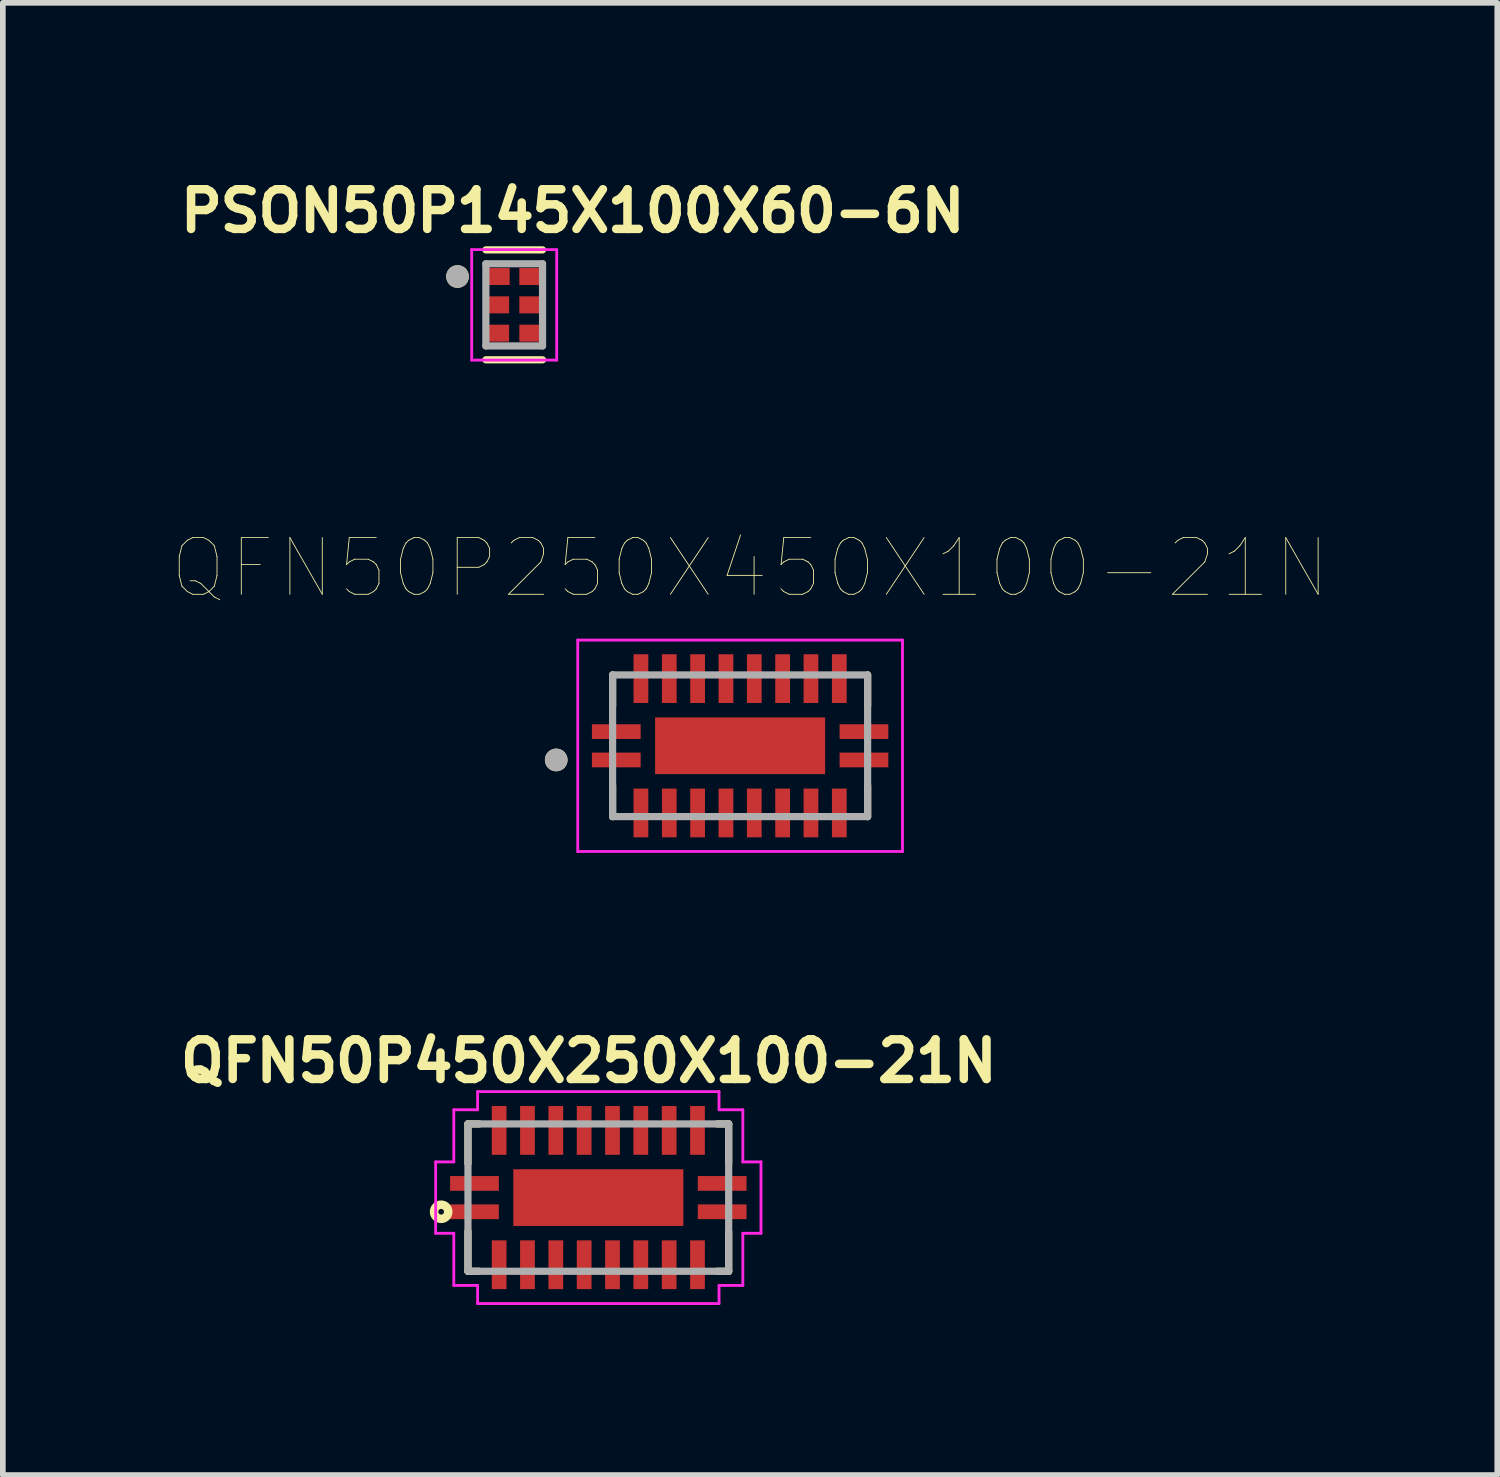
<source format=kicad_pcb>
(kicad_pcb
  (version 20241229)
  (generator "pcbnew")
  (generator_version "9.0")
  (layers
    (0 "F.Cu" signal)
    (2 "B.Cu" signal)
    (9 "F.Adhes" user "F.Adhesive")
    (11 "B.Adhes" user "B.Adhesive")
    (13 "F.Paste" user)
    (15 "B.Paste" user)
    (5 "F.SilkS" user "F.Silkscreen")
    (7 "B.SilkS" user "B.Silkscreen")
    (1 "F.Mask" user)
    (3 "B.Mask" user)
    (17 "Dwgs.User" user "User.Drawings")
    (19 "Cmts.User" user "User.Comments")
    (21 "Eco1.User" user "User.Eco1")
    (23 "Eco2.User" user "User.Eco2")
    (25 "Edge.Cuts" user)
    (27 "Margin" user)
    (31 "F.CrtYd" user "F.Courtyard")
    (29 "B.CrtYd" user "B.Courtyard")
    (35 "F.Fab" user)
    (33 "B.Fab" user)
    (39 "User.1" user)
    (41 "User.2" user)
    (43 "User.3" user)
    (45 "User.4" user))
  (footprint "QFN50P450X250X100-21N"
    (layer "F.Cu")
    (at 7.507 18.081)
    (property "Reference" "QFN50P450X250X100-21N" (at -0.168 -2.409 0) (layer "F.SilkS") (effects (font (size 0.7 0.7) (thickness 0.15))))
    (attr through_hole)
    (fp_line (start -2.3 -1.3) (end -2.3 -0.6) (stroke (width 0.127) (type solid)) (layer "F.SilkS"))
    (fp_line (start -2.3 0.6) (end -2.3 1.3) (stroke (width 0.127) (type solid)) (layer "F.SilkS"))
    (fp_line (start -2.3 1.3) (end -2.1 1.3) (stroke (width 0.127) (type solid)) (layer "F.SilkS"))
    (fp_line (start -2.1 -1.3) (end -2.3 -1.3) (stroke (width 0.127) (type solid)) (layer "F.SilkS"))
    (fp_line (start 2.1 1.3) (end 2.3 1.3) (stroke (width 0.127) (type solid)) (layer "F.SilkS"))
    (fp_line (start 2.3 -1.3) (end 2.1 -1.3) (stroke (width 0.127) (type solid)) (layer "F.SilkS"))
    (fp_line (start 2.3 -0.6) (end 2.3 -1.3) (stroke (width 0.127) (type solid)) (layer "F.SilkS"))
    (fp_line (start 2.3 1.3) (end 2.3 0.6) (stroke (width 0.127) (type solid)) (layer "F.SilkS"))
    (fp_circle (center -2.773 0.25) (end -2.723 0.25) (stroke (width 0.15) (type solid)) (fill no) (layer "F.SilkS"))
    (fp_poly (pts (xy -1.36 -0.29) (xy -0.07 -0.29) (xy -0.07 0.29) (xy -1.36 0.29)) (stroke (width 0.01) (type solid)) (fill yes) (layer "F.Paste"))
    (fp_poly (pts (xy 0.07 -0.29) (xy 1.36 -0.29) (xy 1.36 0.29) (xy 0.07 0.29)) (stroke (width 0.01) (type solid)) (fill yes) (layer "F.Paste"))
    (fp_line (start -2.87 -0.63) (end -2.87 0.63) (stroke (width 0.05) (type solid)) (layer "F.CrtYd"))
    (fp_line (start -2.87 0.63) (end -2.55 0.63) (stroke (width 0.05) (type solid)) (layer "F.CrtYd"))
    (fp_line (start -2.55 -1.55) (end -2.55 -0.63) (stroke (width 0.05) (type solid)) (layer "F.CrtYd"))
    (fp_line (start -2.55 -0.63) (end -2.87 -0.63) (stroke (width 0.05) (type solid)) (layer "F.CrtYd"))
    (fp_line (start -2.55 0.63) (end -2.55 1.55) (stroke (width 0.05) (type solid)) (layer "F.CrtYd"))
    (fp_line (start -2.55 1.55) (end -2.13 1.55) (stroke (width 0.05) (type solid)) (layer "F.CrtYd"))
    (fp_line (start -2.13 -1.87) (end -2.13 -1.55) (stroke (width 0.05) (type solid)) (layer "F.CrtYd"))
    (fp_line (start -2.13 -1.55) (end -2.55 -1.55) (stroke (width 0.05) (type solid)) (layer "F.CrtYd"))
    (fp_line (start -2.13 1.55) (end -2.13 1.87) (stroke (width 0.05) (type solid)) (layer "F.CrtYd"))
    (fp_line (start -2.13 1.87) (end 2.13 1.87) (stroke (width 0.05) (type solid)) (layer "F.CrtYd"))
    (fp_line (start 2.13 -1.87) (end -2.13 -1.87) (stroke (width 0.05) (type solid)) (layer "F.CrtYd"))
    (fp_line (start 2.13 -1.55) (end 2.13 -1.87) (stroke (width 0.05) (type solid)) (layer "F.CrtYd"))
    (fp_line (start 2.13 1.55) (end 2.55 1.55) (stroke (width 0.05) (type solid)) (layer "F.CrtYd"))
    (fp_line (start 2.13 1.87) (end 2.13 1.55) (stroke (width 0.05) (type solid)) (layer "F.CrtYd"))
    (fp_line (start 2.55 -1.55) (end 2.13 -1.55) (stroke (width 0.05) (type solid)) (layer "F.CrtYd"))
    (fp_line (start 2.55 -0.63) (end 2.55 -1.55) (stroke (width 0.05) (type solid)) (layer "F.CrtYd"))
    (fp_line (start 2.55 0.63) (end 2.87 0.63) (stroke (width 0.05) (type solid)) (layer "F.CrtYd"))
    (fp_line (start 2.55 1.55) (end 2.55 0.63) (stroke (width 0.05) (type solid)) (layer "F.CrtYd"))
    (fp_line (start 2.87 -0.63) (end 2.55 -0.63) (stroke (width 0.05) (type solid)) (layer "F.CrtYd"))
    (fp_line (start 2.87 0.63) (end 2.87 -0.63) (stroke (width 0.05) (type solid)) (layer "F.CrtYd"))
    (fp_line (start -2.3 -1.3) (end 2.3 -1.3) (stroke (width 0.127) (type solid)) (layer "F.Fab"))
    (fp_line (start -2.3 1.3) (end -2.3 -1.3) (stroke (width 0.127) (type solid)) (layer "F.Fab"))
    (fp_line (start 2.3 -1.3) (end 2.3 1.3) (stroke (width 0.127) (type solid)) (layer "F.Fab"))
    (fp_line (start 2.3 1.3) (end -2.3 1.3) (stroke (width 0.127) (type solid)) (layer "F.Fab"))
    (pad "1" smd rect (at -2.185 0.25) (size 0.86 0.26) (layers "F.Cu" "F.Mask" "F.Paste"))
    (pad "2" smd rect (at -1.75 1.185) (size 0.26 0.86) (layers "F.Cu" "F.Mask" "F.Paste"))
    (pad "3" smd rect (at -1.25 1.185) (size 0.26 0.86) (layers "F.Cu" "F.Mask" "F.Paste"))
    (pad "4" smd rect (at -0.75 1.185) (size 0.26 0.86) (layers "F.Cu" "F.Mask" "F.Paste"))
    (pad "5" smd rect (at -0.25 1.185) (size 0.26 0.86) (layers "F.Cu" "F.Mask" "F.Paste"))
    (pad "6" smd rect (at 0.25 1.185) (size 0.26 0.86) (layers "F.Cu" "F.Mask" "F.Paste"))
    (pad "7" smd rect (at 0.75 1.185) (size 0.26 0.86) (layers "F.Cu" "F.Mask" "F.Paste"))
    (pad "8" smd rect (at 1.25 1.185) (size 0.26 0.86) (layers "F.Cu" "F.Mask" "F.Paste"))
    (pad "9" smd rect (at 1.75 1.185) (size 0.26 0.86) (layers "F.Cu" "F.Mask" "F.Paste"))
    (pad "10" smd rect (at 2.185 0.25) (size 0.86 0.26) (layers "F.Cu" "F.Mask" "F.Paste"))
    (pad "11" smd rect (at 2.185 -0.25) (size 0.86 0.26) (layers "F.Cu" "F.Mask" "F.Paste"))
    (pad "12" smd rect (at 1.75 -1.185) (size 0.26 0.86) (layers "F.Cu" "F.Mask" "F.Paste"))
    (pad "13" smd rect (at 1.25 -1.185) (size 0.26 0.86) (layers "F.Cu" "F.Mask" "F.Paste"))
    (pad "14" smd rect (at 0.75 -1.185) (size 0.26 0.86) (layers "F.Cu" "F.Mask" "F.Paste"))
    (pad "15" smd rect (at 0.25 -1.185) (size 0.26 0.86) (layers "F.Cu" "F.Mask" "F.Paste"))
    (pad "16" smd rect (at -0.25 -1.185) (size 0.26 0.86) (layers "F.Cu" "F.Mask" "F.Paste"))
    (pad "17" smd rect (at -0.75 -1.185) (size 0.26 0.86) (layers "F.Cu" "F.Mask" "F.Paste"))
    (pad "18" smd rect (at -1.25 -1.185) (size 0.26 0.86) (layers "F.Cu" "F.Mask" "F.Paste"))
    (pad "19" smd rect (at -1.75 -1.185) (size 0.26 0.86) (layers "F.Cu" "F.Mask" "F.Paste"))
    (pad "20" smd rect (at -2.185 -0.25) (size 0.86 0.26) (layers "F.Cu" "F.Mask" "F.Paste"))
    (pad "21" smd rect (at 0 0) (size 3 1) (layers "F.Cu" "F.Mask")))
  (footprint "PSON50P145X100X60-6N"
    (layer "F.Cu")
    (at 6.023 2.329)
    (property "Reference" "PSON50P145X100X60-6N" (at 1.032 -1.656 0) (layer "F.SilkS") (effects (font (size 0.7 0.7) (thickness 0.15))))
    (attr through_hole)
    (fp_line (start -0.5 -0.97) (end 0.5 -0.97) (stroke (width 0.127) (type solid)) (layer "F.SilkS"))
    (fp_line (start -0.5 0.97) (end 0.5 0.97) (stroke (width 0.127) (type solid)) (layer "F.SilkS"))
    (fp_circle (center -1 -0.5) (end -0.9 -0.5) (stroke (width 0.2) (type solid)) (fill no) (layer "F.SilkS"))
    (fp_line (start -0.75 -0.975) (end 0.75 -0.975) (stroke (width 0.05) (type solid)) (layer "F.CrtYd"))
    (fp_line (start -0.75 0.975) (end -0.75 -0.975) (stroke (width 0.05) (type solid)) (layer "F.CrtYd"))
    (fp_line (start 0.75 -0.975) (end 0.75 0.975) (stroke (width 0.05) (type solid)) (layer "F.CrtYd"))
    (fp_line (start 0.75 0.975) (end -0.75 0.975) (stroke (width 0.05) (type solid)) (layer "F.CrtYd"))
    (fp_line (start -0.5 -0.725) (end -0.5 0.725) (stroke (width 0.127) (type solid)) (layer "F.Fab"))
    (fp_line (start -0.5 -0.725) (end 0.5 -0.725) (stroke (width 0.127) (type solid)) (layer "F.Fab"))
    (fp_line (start -0.5 0.725) (end 0.5 0.725) (stroke (width 0.127) (type solid)) (layer "F.Fab"))
    (fp_line (start 0.5 0.725) (end 0.5 -0.725) (stroke (width 0.127) (type solid)) (layer "F.Fab"))
    (fp_circle (center -1 -0.5) (end -0.9 -0.5) (stroke (width 0.2) (type solid)) (fill no) (layer "F.Fab"))
    (pad "1" smd rect (at -0.29 -0.5) (size 0.42 0.3) (layers "F.Cu" "F.Mask" "F.Paste"))
    (pad "2" smd rect (at -0.295 0) (size 0.41 0.3) (layers "F.Cu" "F.Mask" "F.Paste"))
    (pad "3" smd rect (at -0.295 0.5) (size 0.41 0.3) (layers "F.Cu" "F.Mask" "F.Paste"))
    (pad "4" smd rect (at 0.295 0.5) (size 0.41 0.3) (layers "F.Cu" "F.Mask" "F.Paste"))
    (pad "5" smd rect (at 0.295 0) (size 0.41 0.3) (layers "F.Cu" "F.Mask" "F.Paste"))
    (pad "6" smd rect (at 0.295 -0.5) (size 0.41 0.3) (layers "F.Cu" "F.Mask" "F.Paste")))
  (footprint "QFN50P250X450X100-21N"
    (layer "F.Cu")
    (at 10.009 10.109)
    (property "Reference" "QFN50P250X450X100-21N" (at 0.175 -3.135 0) (layer "F.SilkS") (effects (font (size 1 1) (thickness 0.015))))
    (attr through_hole)
    (fp_line (start -2.25 -1.25) (end -2.25 -0.7) (stroke (width 0.127) (type solid)) (layer "F.SilkS"))
    (fp_line (start -2.25 1.25) (end -2.25 0.7) (stroke (width 0.127) (type solid)) (layer "F.SilkS"))
    (fp_line (start 2.25 -1.25) (end 2.25 -0.7) (stroke (width 0.127) (type solid)) (layer "F.SilkS"))
    (fp_line (start 2.25 1.25) (end 2.25 0.7) (stroke (width 0.127) (type solid)) (layer "F.SilkS"))
    (fp_circle (center -3.245 0.25) (end -3.145 0.25) (stroke (width 0.2) (type solid)) (fill no) (layer "F.SilkS"))
    (fp_poly (pts (xy -0.95 -0.32) (xy 0.95 -0.32) (xy 0.95 0.32) (xy -0.95 0.32)) (stroke (width 0.01) (type solid)) (fill yes) (layer "F.Paste"))
    (fp_line (start -2.865 -1.865) (end 2.865 -1.865) (stroke (width 0.05) (type solid)) (layer "F.CrtYd"))
    (fp_line (start -2.865 1.865) (end -2.865 -1.865) (stroke (width 0.05) (type solid)) (layer "F.CrtYd"))
    (fp_line (start -2.865 1.865) (end 2.865 1.865) (stroke (width 0.05) (type solid)) (layer "F.CrtYd"))
    (fp_line (start 2.865 1.865) (end 2.865 -1.865) (stroke (width 0.05) (type solid)) (layer "F.CrtYd"))
    (fp_line (start -2.25 1.25) (end -2.25 -1.25) (stroke (width 0.127) (type solid)) (layer "F.Fab"))
    (fp_line (start 2.25 -1.25) (end -2.25 -1.25) (stroke (width 0.127) (type solid)) (layer "F.Fab"))
    (fp_line (start 2.25 1.25) (end -2.25 1.25) (stroke (width 0.127) (type solid)) (layer "F.Fab"))
    (fp_line (start 2.25 1.25) (end 2.25 -1.25) (stroke (width 0.127) (type solid)) (layer "F.Fab"))
    (fp_circle (center -3.245 0.25) (end -3.145 0.25) (stroke (width 0.2) (type solid)) (fill no) (layer "F.Fab"))
    (pad "1" smd rect (at -2.185 0.25) (size 0.86 0.26) (layers "F.Cu" "F.Mask" "F.Paste"))
    (pad "2" smd rect (at -1.75 1.185) (size 0.26 0.86) (layers "F.Cu" "F.Mask" "F.Paste"))
    (pad "3" smd rect (at -1.25 1.185) (size 0.26 0.86) (layers "F.Cu" "F.Mask" "F.Paste"))
    (pad "4" smd rect (at -0.75 1.185) (size 0.26 0.86) (layers "F.Cu" "F.Mask" "F.Paste"))
    (pad "5" smd rect (at -0.25 1.185) (size 0.26 0.86) (layers "F.Cu" "F.Mask" "F.Paste"))
    (pad "6" smd rect (at 0.25 1.185) (size 0.26 0.86) (layers "F.Cu" "F.Mask" "F.Paste"))
    (pad "7" smd rect (at 0.75 1.185) (size 0.26 0.86) (layers "F.Cu" "F.Mask" "F.Paste"))
    (pad "8" smd rect (at 1.25 1.185) (size 0.26 0.86) (layers "F.Cu" "F.Mask" "F.Paste"))
    (pad "9" smd rect (at 1.75 1.185) (size 0.26 0.86) (layers "F.Cu" "F.Mask" "F.Paste"))
    (pad "10" smd rect (at 2.185 0.25) (size 0.86 0.26) (layers "F.Cu" "F.Mask" "F.Paste"))
    (pad "11" smd rect (at 2.185 -0.25) (size 0.86 0.26) (layers "F.Cu" "F.Mask" "F.Paste"))
    (pad "12" smd rect (at 1.75 -1.185) (size 0.26 0.86) (layers "F.Cu" "F.Mask" "F.Paste"))
    (pad "13" smd rect (at 1.25 -1.185) (size 0.26 0.86) (layers "F.Cu" "F.Mask" "F.Paste"))
    (pad "14" smd rect (at 0.75 -1.185) (size 0.26 0.86) (layers "F.Cu" "F.Mask" "F.Paste"))
    (pad "15" smd rect (at 0.25 -1.185) (size 0.26 0.86) (layers "F.Cu" "F.Mask" "F.Paste"))
    (pad "16" smd rect (at -0.25 -1.185) (size 0.26 0.86) (layers "F.Cu" "F.Mask" "F.Paste"))
    (pad "17" smd rect (at -0.75 -1.185) (size 0.26 0.86) (layers "F.Cu" "F.Mask" "F.Paste"))
    (pad "18" smd rect (at -1.25 -1.185) (size 0.26 0.86) (layers "F.Cu" "F.Mask" "F.Paste"))
    (pad "19" smd rect (at -1.75 -1.185) (size 0.26 0.86) (layers "F.Cu" "F.Mask" "F.Paste"))
    (pad "20" smd rect (at -2.185 -0.25) (size 0.86 0.26) (layers "F.Cu" "F.Mask" "F.Paste"))
    (pad "21" smd rect (at 0 0) (size 3 1) (layers "F.Cu" "F.Mask")))
  (gr_rect
    (start -3 -3)
    (end 23.369 22.976)
    (stroke (width 0.1) (type default))
    (fill no)
    (layer "Edge.Cuts")))
</source>
